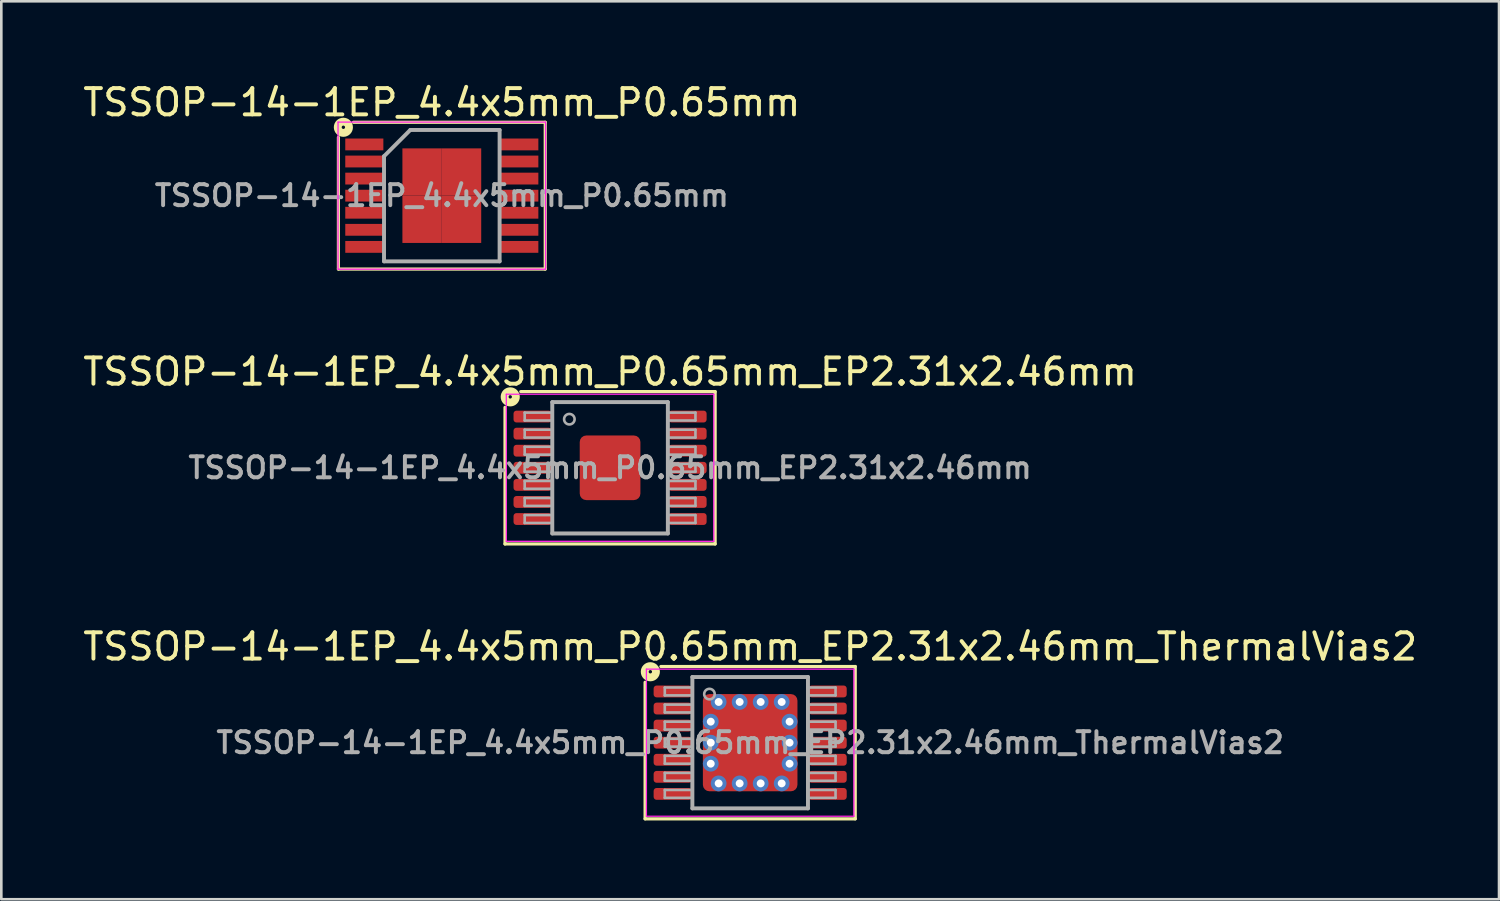
<source format=kicad_pcb>
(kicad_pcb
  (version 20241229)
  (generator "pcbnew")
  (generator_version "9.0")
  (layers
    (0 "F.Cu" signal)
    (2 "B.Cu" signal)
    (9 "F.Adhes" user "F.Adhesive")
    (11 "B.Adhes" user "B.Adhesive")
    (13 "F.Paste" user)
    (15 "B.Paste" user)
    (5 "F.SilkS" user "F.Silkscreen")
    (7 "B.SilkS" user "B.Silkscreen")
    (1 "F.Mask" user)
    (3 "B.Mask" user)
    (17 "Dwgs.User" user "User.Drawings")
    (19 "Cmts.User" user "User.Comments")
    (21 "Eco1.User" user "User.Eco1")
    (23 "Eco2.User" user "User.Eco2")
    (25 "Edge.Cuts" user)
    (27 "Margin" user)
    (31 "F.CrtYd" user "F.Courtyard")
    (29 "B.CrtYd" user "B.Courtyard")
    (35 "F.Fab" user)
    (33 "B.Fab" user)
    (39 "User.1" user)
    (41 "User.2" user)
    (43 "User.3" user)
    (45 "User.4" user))
  (footprint "TSSOP-14-1EP_4.4x5mm_P0.65mm_EP2.31x2.46mm_ThermalVias2"
    (layer "F.Cu")
    (at 25.506 25.221)
    (property "Reference" "TSSOP-14-1EP_4.4x5mm_P0.65mm_EP2.31x2.46mm_ThermalVias2" (at 0 -3.656 0) (layer "F.SilkS") (effects (font (size 1 1) (thickness 0.15))))
    (attr smd)
    (fp_line (start -4 -2.3) (end -4 2.9) (stroke (width 0.12) (type solid)) (layer "F.SilkS"))
    (fp_line (start -4 2.9) (end 4 2.9) (stroke (width 0.12) (type solid)) (layer "F.SilkS"))
    (fp_line (start 4 -2.9) (end -3.4 -2.9) (stroke (width 0.12) (type solid)) (layer "F.SilkS"))
    (fp_line (start 4 2.9) (end 4 -2.9) (stroke (width 0.12) (type solid)) (layer "F.SilkS"))
    (fp_circle (center -3.8 -2.7) (end -3.736 -2.7) (stroke (width 0.3) (type solid)) (fill no) (layer "F.SilkS"))
    (fp_line (start -3.95 -2.8) (end -3.95 2.8) (stroke (width 0.05) (type solid)) (layer "F.CrtYd"))
    (fp_line (start -3.95 -2.8) (end 3.95 -2.8) (stroke (width 0.05) (type solid)) (layer "F.CrtYd"))
    (fp_line (start -3.95 2.8) (end 3.95 2.8) (stroke (width 0.05) (type solid)) (layer "F.CrtYd"))
    (fp_line (start 3.95 -2.8) (end 3.95 2.8) (stroke (width 0.05) (type solid)) (layer "F.CrtYd"))
    (fp_line (start -3.25 -2.1) (end -3.25 -1.8) (stroke (width 0.1) (type solid)) (layer "F.Fab"))
    (fp_line (start -3.25 -2.1) (end -2.2 -2.1) (stroke (width 0.1) (type solid)) (layer "F.Fab"))
    (fp_line (start -3.25 -1.8) (end -2.2 -1.8) (stroke (width 0.1) (type solid)) (layer "F.Fab"))
    (fp_line (start -3.25 -1.45) (end -3.25 -1.15) (stroke (width 0.1) (type solid)) (layer "F.Fab"))
    (fp_line (start -3.25 -1.45) (end -2.2 -1.45) (stroke (width 0.1) (type solid)) (layer "F.Fab"))
    (fp_line (start -3.25 -1.15) (end -2.2 -1.15) (stroke (width 0.1) (type solid)) (layer "F.Fab"))
    (fp_line (start -3.25 -0.8) (end -3.25 -0.5) (stroke (width 0.1) (type solid)) (layer "F.Fab"))
    (fp_line (start -3.25 -0.8) (end -2.2 -0.8) (stroke (width 0.1) (type solid)) (layer "F.Fab"))
    (fp_line (start -3.25 -0.5) (end -2.2 -0.5) (stroke (width 0.1) (type solid)) (layer "F.Fab"))
    (fp_line (start -3.25 -0.15) (end -3.25 0.15) (stroke (width 0.1) (type solid)) (layer "F.Fab"))
    (fp_line (start -3.25 -0.15) (end -2.2 -0.15) (stroke (width 0.1) (type solid)) (layer "F.Fab"))
    (fp_line (start -3.25 0.15) (end -2.2 0.15) (stroke (width 0.1) (type solid)) (layer "F.Fab"))
    (fp_line (start -3.25 0.5) (end -3.25 0.8) (stroke (width 0.1) (type solid)) (layer "F.Fab"))
    (fp_line (start -3.25 0.5) (end -2.2 0.5) (stroke (width 0.1) (type solid)) (layer "F.Fab"))
    (fp_line (start -3.25 0.8) (end -2.2 0.8) (stroke (width 0.1) (type solid)) (layer "F.Fab"))
    (fp_line (start -3.25 1.15) (end -3.25 1.45) (stroke (width 0.1) (type solid)) (layer "F.Fab"))
    (fp_line (start -3.25 1.15) (end -2.2 1.15) (stroke (width 0.1) (type solid)) (layer "F.Fab"))
    (fp_line (start -3.25 1.45) (end -2.2 1.45) (stroke (width 0.1) (type solid)) (layer "F.Fab"))
    (fp_line (start -3.25 1.8) (end -3.25 2.1) (stroke (width 0.1) (type solid)) (layer "F.Fab"))
    (fp_line (start -3.25 1.8) (end -2.2 1.8) (stroke (width 0.1) (type solid)) (layer "F.Fab"))
    (fp_line (start -3.25 2.1) (end -2.2 2.1) (stroke (width 0.1) (type solid)) (layer "F.Fab"))
    (fp_line (start -2.2 -2.5) (end 2.2 -2.5) (stroke (width 0.15) (type solid)) (layer "F.Fab"))
    (fp_line (start -2.2 2.5) (end -2.2 -2.5) (stroke (width 0.15) (type solid)) (layer "F.Fab"))
    (fp_line (start 2.2 -2.5) (end 2.2 2.5) (stroke (width 0.15) (type solid)) (layer "F.Fab"))
    (fp_line (start 2.2 2.5) (end -2.2 2.5) (stroke (width 0.15) (type solid)) (layer "F.Fab"))
    (fp_line (start 3.25 -2.1) (end 2.2 -2.1) (stroke (width 0.1) (type solid)) (layer "F.Fab"))
    (fp_line (start 3.25 -1.8) (end 2.2 -1.8) (stroke (width 0.1) (type solid)) (layer "F.Fab"))
    (fp_line (start 3.25 -1.8) (end 3.25 -2.1) (stroke (width 0.1) (type solid)) (layer "F.Fab"))
    (fp_line (start 3.25 -1.45) (end 2.2 -1.45) (stroke (width 0.1) (type solid)) (layer "F.Fab"))
    (fp_line (start 3.25 -1.15) (end 2.2 -1.15) (stroke (width 0.1) (type solid)) (layer "F.Fab"))
    (fp_line (start 3.25 -1.15) (end 3.25 -1.45) (stroke (width 0.1) (type solid)) (layer "F.Fab"))
    (fp_line (start 3.25 -0.8) (end 2.2 -0.8) (stroke (width 0.1) (type solid)) (layer "F.Fab"))
    (fp_line (start 3.25 -0.5) (end 2.2 -0.5) (stroke (width 0.1) (type solid)) (layer "F.Fab"))
    (fp_line (start 3.25 -0.5) (end 3.25 -0.8) (stroke (width 0.1) (type solid)) (layer "F.Fab"))
    (fp_line (start 3.25 -0.15) (end 2.2 -0.15) (stroke (width 0.1) (type solid)) (layer "F.Fab"))
    (fp_line (start 3.25 0.15) (end 2.2 0.15) (stroke (width 0.1) (type solid)) (layer "F.Fab"))
    (fp_line (start 3.25 0.15) (end 3.25 -0.15) (stroke (width 0.1) (type solid)) (layer "F.Fab"))
    (fp_line (start 3.25 0.5) (end 2.2 0.5) (stroke (width 0.1) (type solid)) (layer "F.Fab"))
    (fp_line (start 3.25 0.8) (end 2.2 0.8) (stroke (width 0.1) (type solid)) (layer "F.Fab"))
    (fp_line (start 3.25 0.8) (end 3.25 0.5) (stroke (width 0.1) (type solid)) (layer "F.Fab"))
    (fp_line (start 3.25 1.15) (end 2.2 1.15) (stroke (width 0.1) (type solid)) (layer "F.Fab"))
    (fp_line (start 3.25 1.45) (end 2.2 1.45) (stroke (width 0.1) (type solid)) (layer "F.Fab"))
    (fp_line (start 3.25 1.45) (end 3.25 1.15) (stroke (width 0.1) (type solid)) (layer "F.Fab"))
    (fp_line (start 3.25 1.8) (end 2.2 1.8) (stroke (width 0.1) (type solid)) (layer "F.Fab"))
    (fp_line (start 3.25 2.1) (end 2.2 2.1) (stroke (width 0.1) (type solid)) (layer "F.Fab"))
    (fp_line (start 3.25 2.1) (end 3.25 1.8) (stroke (width 0.1) (type solid)) (layer "F.Fab"))
    (fp_circle (center -1.55 -1.85) (end -1.35 -1.85) (stroke (width 0.1) (type solid)) (fill no) (layer "F.Fab"))
    (fp_text user "${REFERENCE}" (at 0 0 0) (layer "F.Fab") (effects (font (size 0.8 0.8) (thickness 0.15))))
    (pad "" smd roundrect (at -0.6 -0.6) (size 0.8 0.9) (layers "F.Paste") (roundrect_rratio 0.25))
    (pad "" smd roundrect (at -0.6 0.6) (size 0.8 0.9) (layers "F.Paste") (roundrect_rratio 0.25))
    (pad "" smd roundrect (at 0 0) (size 2.31 2.46) (layers "F.Mask") (roundrect_rratio 0.108))
    (pad "" smd roundrect (at 0.6 -0.6) (size 0.8 0.9) (layers "F.Paste") (roundrect_rratio 0.25))
    (pad "" smd roundrect (at 0.6 0.6) (size 0.8 0.9) (layers "F.Paste") (roundrect_rratio 0.25))
    (pad "1" smd roundrect (at -2.95 -1.95) (size 1.45 0.45) (layers "F.Cu" "F.Mask" "F.Paste") (roundrect_rratio 0.25))
    (pad "2" smd roundrect (at -2.95 -1.3) (size 1.45 0.45) (layers "F.Cu" "F.Mask" "F.Paste") (roundrect_rratio 0.25))
    (pad "3" smd roundrect (at -2.95 -0.65) (size 1.45 0.45) (layers "F.Cu" "F.Mask" "F.Paste") (roundrect_rratio 0.25))
    (pad "4" smd roundrect (at -2.95 0) (size 1.45 0.45) (layers "F.Cu" "F.Mask" "F.Paste") (roundrect_rratio 0.25))
    (pad "5" smd roundrect (at -2.95 0.65) (size 1.45 0.45) (layers "F.Cu" "F.Mask" "F.Paste") (roundrect_rratio 0.25))
    (pad "6" smd roundrect (at -2.95 1.3) (size 1.45 0.45) (layers "F.Cu" "F.Mask" "F.Paste") (roundrect_rratio 0.25))
    (pad "7" smd roundrect (at -2.95 1.95) (size 1.45 0.45) (layers "F.Cu" "F.Mask" "F.Paste") (roundrect_rratio 0.25))
    (pad "8" smd roundrect (at 2.95 1.95) (size 1.45 0.45) (layers "F.Cu" "F.Mask" "F.Paste") (roundrect_rratio 0.25))
    (pad "9" smd roundrect (at 2.95 1.3) (size 1.45 0.45) (layers "F.Cu" "F.Mask" "F.Paste") (roundrect_rratio 0.25))
    (pad "10" smd roundrect (at 2.95 0.65) (size 1.45 0.45) (layers "F.Cu" "F.Mask" "F.Paste") (roundrect_rratio 0.25))
    (pad "11" smd roundrect (at 2.95 0) (size 1.45 0.45) (layers "F.Cu" "F.Mask" "F.Paste") (roundrect_rratio 0.25))
    (pad "12" smd roundrect (at 2.95 -0.65) (size 1.45 0.45) (layers "F.Cu" "F.Mask" "F.Paste") (roundrect_rratio 0.25))
    (pad "13" smd roundrect (at 2.95 -1.3) (size 1.45 0.45) (layers "F.Cu" "F.Mask" "F.Paste") (roundrect_rratio 0.25))
    (pad "14" smd roundrect (at 2.95 -1.95) (size 1.45 0.45) (layers "F.Cu" "F.Mask" "F.Paste") (roundrect_rratio 0.25))
    (pad "15" thru_hole circle (at -1.5 -0.8) (size 0.6 0.6) (drill 0.3) (property pad_prop_heatsink) (layers "*.Cu" "*.Mask"))
    (pad "15" thru_hole circle (at -1.5 0) (size 0.6 0.6) (drill 0.3) (property pad_prop_heatsink) (layers "*.Cu" "*.Mask"))
    (pad "15" thru_hole circle (at -1.5 0.8) (size 0.6 0.6) (drill 0.3) (property pad_prop_heatsink) (layers "*.Cu" "*.Mask"))
    (pad "15" thru_hole circle (at -1.2 -1.55) (size 0.6 0.6) (drill 0.3) (property pad_prop_heatsink) (layers "*.Cu" "*.Mask"))
    (pad "15" thru_hole circle (at -1.2 1.55) (size 0.6 0.6) (drill 0.3) (property pad_prop_heatsink) (layers "*.Cu" "*.Mask"))
    (pad "15" thru_hole circle (at -0.4 -1.55) (size 0.6 0.6) (drill 0.3) (property pad_prop_heatsink) (layers "*.Cu" "*.Mask"))
    (pad "15" thru_hole circle (at -0.4 1.55) (size 0.6 0.6) (drill 0.3) (property pad_prop_heatsink) (layers "*.Cu" "*.Mask"))
    (pad "15" smd roundrect (at 0 0) (size 3.6 3.7) (layers "F.Cu") (roundrect_rratio 0.069))
    (pad "15" thru_hole circle (at 0.4 -1.55) (size 0.6 0.6) (drill 0.3) (property pad_prop_heatsink) (layers "*.Cu" "*.Mask"))
    (pad "15" thru_hole circle (at 0.4 1.55) (size 0.6 0.6) (drill 0.3) (property pad_prop_heatsink) (layers "*.Cu" "*.Mask"))
    (pad "15" thru_hole circle (at 1.2 -1.55) (size 0.6 0.6) (drill 0.3) (property pad_prop_heatsink) (layers "*.Cu" "*.Mask"))
    (pad "15" thru_hole circle (at 1.2 1.55) (size 0.6 0.6) (drill 0.3) (property pad_prop_heatsink) (layers "*.Cu" "*.Mask"))
    (pad "15" thru_hole circle (at 1.5 -0.8) (size 0.6 0.6) (drill 0.3) (property pad_prop_heatsink) (layers "*.Cu" "*.Mask"))
    (pad "15" thru_hole circle (at 1.5 0) (size 0.6 0.6) (drill 0.3) (property pad_prop_heatsink) (layers "*.Cu" "*.Mask"))
    (pad "15" thru_hole circle (at 1.5 0.8) (size 0.6 0.6) (drill 0.3) (property pad_prop_heatsink) (layers "*.Cu" "*.Mask")))
  (footprint "TSSOP-14-1EP_4.4x5mm_P0.65mm_EP2.31x2.46mm"
    (layer "F.Cu")
    (at 20.173 14.757)
    (property "Reference" "TSSOP-14-1EP_4.4x5mm_P0.65mm_EP2.31x2.46mm" (at 0 -3.656 0) (layer "F.SilkS") (effects (font (size 1 1) (thickness 0.15))))
    (attr smd)
    (fp_line (start -4 -2.3) (end -4 2.9) (stroke (width 0.12) (type solid)) (layer "F.SilkS"))
    (fp_line (start -4 2.9) (end 4 2.9) (stroke (width 0.12) (type solid)) (layer "F.SilkS"))
    (fp_line (start 4 -2.9) (end -3.4 -2.9) (stroke (width 0.12) (type solid)) (layer "F.SilkS"))
    (fp_line (start 4 2.9) (end 4 -2.9) (stroke (width 0.12) (type solid)) (layer "F.SilkS"))
    (fp_circle (center -3.8 -2.7) (end -3.736 -2.7) (stroke (width 0.3) (type solid)) (fill no) (layer "F.SilkS"))
    (fp_line (start -3.95 -2.8) (end -3.95 2.8) (stroke (width 0.05) (type solid)) (layer "F.CrtYd"))
    (fp_line (start -3.95 -2.8) (end 3.95 -2.8) (stroke (width 0.05) (type solid)) (layer "F.CrtYd"))
    (fp_line (start -3.95 2.8) (end 3.95 2.8) (stroke (width 0.05) (type solid)) (layer "F.CrtYd"))
    (fp_line (start 3.95 -2.8) (end 3.95 2.8) (stroke (width 0.05) (type solid)) (layer "F.CrtYd"))
    (fp_line (start -3.25 -2.1) (end -3.25 -1.8) (stroke (width 0.1) (type solid)) (layer "F.Fab"))
    (fp_line (start -3.25 -2.1) (end -2.2 -2.1) (stroke (width 0.1) (type solid)) (layer "F.Fab"))
    (fp_line (start -3.25 -1.8) (end -2.2 -1.8) (stroke (width 0.1) (type solid)) (layer "F.Fab"))
    (fp_line (start -3.25 -1.45) (end -3.25 -1.15) (stroke (width 0.1) (type solid)) (layer "F.Fab"))
    (fp_line (start -3.25 -1.45) (end -2.2 -1.45) (stroke (width 0.1) (type solid)) (layer "F.Fab"))
    (fp_line (start -3.25 -1.15) (end -2.2 -1.15) (stroke (width 0.1) (type solid)) (layer "F.Fab"))
    (fp_line (start -3.25 -0.8) (end -3.25 -0.5) (stroke (width 0.1) (type solid)) (layer "F.Fab"))
    (fp_line (start -3.25 -0.8) (end -2.2 -0.8) (stroke (width 0.1) (type solid)) (layer "F.Fab"))
    (fp_line (start -3.25 -0.5) (end -2.2 -0.5) (stroke (width 0.1) (type solid)) (layer "F.Fab"))
    (fp_line (start -3.25 -0.15) (end -3.25 0.15) (stroke (width 0.1) (type solid)) (layer "F.Fab"))
    (fp_line (start -3.25 -0.15) (end -2.2 -0.15) (stroke (width 0.1) (type solid)) (layer "F.Fab"))
    (fp_line (start -3.25 0.15) (end -2.2 0.15) (stroke (width 0.1) (type solid)) (layer "F.Fab"))
    (fp_line (start -3.25 0.5) (end -3.25 0.8) (stroke (width 0.1) (type solid)) (layer "F.Fab"))
    (fp_line (start -3.25 0.5) (end -2.2 0.5) (stroke (width 0.1) (type solid)) (layer "F.Fab"))
    (fp_line (start -3.25 0.8) (end -2.2 0.8) (stroke (width 0.1) (type solid)) (layer "F.Fab"))
    (fp_line (start -3.25 1.15) (end -3.25 1.45) (stroke (width 0.1) (type solid)) (layer "F.Fab"))
    (fp_line (start -3.25 1.15) (end -2.2 1.15) (stroke (width 0.1) (type solid)) (layer "F.Fab"))
    (fp_line (start -3.25 1.45) (end -2.2 1.45) (stroke (width 0.1) (type solid)) (layer "F.Fab"))
    (fp_line (start -3.25 1.8) (end -3.25 2.1) (stroke (width 0.1) (type solid)) (layer "F.Fab"))
    (fp_line (start -3.25 1.8) (end -2.2 1.8) (stroke (width 0.1) (type solid)) (layer "F.Fab"))
    (fp_line (start -3.25 2.1) (end -2.2 2.1) (stroke (width 0.1) (type solid)) (layer "F.Fab"))
    (fp_line (start -2.2 -2.5) (end 2.2 -2.5) (stroke (width 0.15) (type solid)) (layer "F.Fab"))
    (fp_line (start -2.2 2.5) (end -2.2 -2.5) (stroke (width 0.15) (type solid)) (layer "F.Fab"))
    (fp_line (start 2.2 -2.5) (end 2.2 2.5) (stroke (width 0.15) (type solid)) (layer "F.Fab"))
    (fp_line (start 2.2 2.5) (end -2.2 2.5) (stroke (width 0.15) (type solid)) (layer "F.Fab"))
    (fp_line (start 3.25 -2.1) (end 2.2 -2.1) (stroke (width 0.1) (type solid)) (layer "F.Fab"))
    (fp_line (start 3.25 -1.8) (end 2.2 -1.8) (stroke (width 0.1) (type solid)) (layer "F.Fab"))
    (fp_line (start 3.25 -1.8) (end 3.25 -2.1) (stroke (width 0.1) (type solid)) (layer "F.Fab"))
    (fp_line (start 3.25 -1.45) (end 2.2 -1.45) (stroke (width 0.1) (type solid)) (layer "F.Fab"))
    (fp_line (start 3.25 -1.15) (end 2.2 -1.15) (stroke (width 0.1) (type solid)) (layer "F.Fab"))
    (fp_line (start 3.25 -1.15) (end 3.25 -1.45) (stroke (width 0.1) (type solid)) (layer "F.Fab"))
    (fp_line (start 3.25 -0.8) (end 2.2 -0.8) (stroke (width 0.1) (type solid)) (layer "F.Fab"))
    (fp_line (start 3.25 -0.5) (end 2.2 -0.5) (stroke (width 0.1) (type solid)) (layer "F.Fab"))
    (fp_line (start 3.25 -0.5) (end 3.25 -0.8) (stroke (width 0.1) (type solid)) (layer "F.Fab"))
    (fp_line (start 3.25 -0.15) (end 2.2 -0.15) (stroke (width 0.1) (type solid)) (layer "F.Fab"))
    (fp_line (start 3.25 0.15) (end 2.2 0.15) (stroke (width 0.1) (type solid)) (layer "F.Fab"))
    (fp_line (start 3.25 0.15) (end 3.25 -0.15) (stroke (width 0.1) (type solid)) (layer "F.Fab"))
    (fp_line (start 3.25 0.5) (end 2.2 0.5) (stroke (width 0.1) (type solid)) (layer "F.Fab"))
    (fp_line (start 3.25 0.8) (end 2.2 0.8) (stroke (width 0.1) (type solid)) (layer "F.Fab"))
    (fp_line (start 3.25 0.8) (end 3.25 0.5) (stroke (width 0.1) (type solid)) (layer "F.Fab"))
    (fp_line (start 3.25 1.15) (end 2.2 1.15) (stroke (width 0.1) (type solid)) (layer "F.Fab"))
    (fp_line (start 3.25 1.45) (end 2.2 1.45) (stroke (width 0.1) (type solid)) (layer "F.Fab"))
    (fp_line (start 3.25 1.45) (end 3.25 1.15) (stroke (width 0.1) (type solid)) (layer "F.Fab"))
    (fp_line (start 3.25 1.8) (end 2.2 1.8) (stroke (width 0.1) (type solid)) (layer "F.Fab"))
    (fp_line (start 3.25 2.1) (end 2.2 2.1) (stroke (width 0.1) (type solid)) (layer "F.Fab"))
    (fp_line (start 3.25 2.1) (end 3.25 1.8) (stroke (width 0.1) (type solid)) (layer "F.Fab"))
    (fp_circle (center -1.55 -1.85) (end -1.35 -1.85) (stroke (width 0.1) (type solid)) (fill no) (layer "F.Fab"))
    (fp_text user "${REFERENCE}" (at 0 0 0) (layer "F.Fab") (effects (font (size 0.8 0.8) (thickness 0.15))))
    (pad "" smd roundrect (at -0.6 -0.6) (size 0.8 0.9) (layers "F.Paste") (roundrect_rratio 0.25))
    (pad "" smd roundrect (at -0.6 0.6) (size 0.8 0.9) (layers "F.Paste") (roundrect_rratio 0.25))
    (pad "" smd roundrect (at 0.6 -0.6) (size 0.8 0.9) (layers "F.Paste") (roundrect_rratio 0.25))
    (pad "" smd roundrect (at 0.6 0.6) (size 0.8 0.9) (layers "F.Paste") (roundrect_rratio 0.25))
    (pad "1" smd roundrect (at -2.95 -1.95) (size 1.45 0.45) (layers "F.Cu" "F.Mask" "F.Paste") (roundrect_rratio 0.25))
    (pad "2" smd roundrect (at -2.95 -1.3) (size 1.45 0.45) (layers "F.Cu" "F.Mask" "F.Paste") (roundrect_rratio 0.25))
    (pad "3" smd roundrect (at -2.95 -0.65) (size 1.45 0.45) (layers "F.Cu" "F.Mask" "F.Paste") (roundrect_rratio 0.25))
    (pad "4" smd roundrect (at -2.95 0) (size 1.45 0.45) (layers "F.Cu" "F.Mask" "F.Paste") (roundrect_rratio 0.25))
    (pad "5" smd roundrect (at -2.95 0.65) (size 1.45 0.45) (layers "F.Cu" "F.Mask" "F.Paste") (roundrect_rratio 0.25))
    (pad "6" smd roundrect (at -2.95 1.3) (size 1.45 0.45) (layers "F.Cu" "F.Mask" "F.Paste") (roundrect_rratio 0.25))
    (pad "7" smd roundrect (at -2.95 1.95) (size 1.45 0.45) (layers "F.Cu" "F.Mask" "F.Paste") (roundrect_rratio 0.25))
    (pad "8" smd roundrect (at 2.95 1.95) (size 1.45 0.45) (layers "F.Cu" "F.Mask" "F.Paste") (roundrect_rratio 0.25))
    (pad "9" smd roundrect (at 2.95 1.3) (size 1.45 0.45) (layers "F.Cu" "F.Mask" "F.Paste") (roundrect_rratio 0.25))
    (pad "10" smd roundrect (at 2.95 0.65) (size 1.45 0.45) (layers "F.Cu" "F.Mask" "F.Paste") (roundrect_rratio 0.25))
    (pad "11" smd roundrect (at 2.95 0) (size 1.45 0.45) (layers "F.Cu" "F.Mask" "F.Paste") (roundrect_rratio 0.25))
    (pad "12" smd roundrect (at 2.95 -0.65) (size 1.45 0.45) (layers "F.Cu" "F.Mask" "F.Paste") (roundrect_rratio 0.25))
    (pad "13" smd roundrect (at 2.95 -1.3) (size 1.45 0.45) (layers "F.Cu" "F.Mask" "F.Paste") (roundrect_rratio 0.25))
    (pad "14" smd roundrect (at 2.95 -1.95) (size 1.45 0.45) (layers "F.Cu" "F.Mask" "F.Paste") (roundrect_rratio 0.25))
    (pad "15" smd roundrect (at 0 0) (size 2.31 2.46) (layers "F.Cu" "F.Mask") (roundrect_rratio 0.108)))
  (footprint "TSSOP-14-1EP_4.4x5mm_P0.65mm"
    (layer "F.Cu")
    (at 13.768 4.398)
    (property "Reference" "TSSOP-14-1EP_4.4x5mm_P0.65mm" (at 0 -3.55 0) (layer "F.SilkS") (effects (font (size 1 1) (thickness 0.15))))
    (attr smd)
    (fp_line (start -3.937 -2.223) (end -3.937 2.794) (stroke (width 0.12) (type solid)) (layer "F.SilkS"))
    (fp_line (start -3.937 2.794) (end 3.937 2.794) (stroke (width 0.12) (type solid)) (layer "F.SilkS"))
    (fp_line (start 3.937 -2.794) (end -3.365 -2.794) (stroke (width 0.12) (type solid)) (layer "F.SilkS"))
    (fp_line (start 3.937 2.794) (end 3.937 -2.794) (stroke (width 0.12) (type solid)) (layer "F.SilkS"))
    (fp_circle (center -3.747 -2.603) (end -3.683 -2.603) (stroke (width 0.3) (type solid)) (fill no) (layer "F.SilkS"))
    (fp_line (start -3.95 -2.8) (end -3.95 2.8) (stroke (width 0.05) (type solid)) (layer "F.CrtYd"))
    (fp_line (start -3.95 -2.8) (end 3.95 -2.8) (stroke (width 0.05) (type solid)) (layer "F.CrtYd"))
    (fp_line (start -3.95 2.8) (end 3.95 2.8) (stroke (width 0.05) (type solid)) (layer "F.CrtYd"))
    (fp_line (start 3.95 -2.8) (end 3.95 2.8) (stroke (width 0.05) (type solid)) (layer "F.CrtYd"))
    (fp_line (start -2.2 -1.5) (end -1.2 -2.5) (stroke (width 0.15) (type solid)) (layer "F.Fab"))
    (fp_line (start -2.2 2.5) (end -2.2 -1.5) (stroke (width 0.15) (type solid)) (layer "F.Fab"))
    (fp_line (start -1.2 -2.5) (end 2.2 -2.5) (stroke (width 0.15) (type solid)) (layer "F.Fab"))
    (fp_line (start 2.2 -2.5) (end 2.2 2.5) (stroke (width 0.15) (type solid)) (layer "F.Fab"))
    (fp_line (start 2.2 2.5) (end -2.2 2.5) (stroke (width 0.15) (type solid)) (layer "F.Fab"))
    (fp_text user "${REFERENCE}" (at 0 0 0) (layer "F.Fab") (effects (font (size 0.8 0.8) (thickness 0.15))))
    (pad "1" smd rect (at -2.95 -1.95) (size 1.45 0.45) (layers "F.Cu" "F.Mask" "F.Paste"))
    (pad "2" smd rect (at -2.95 -1.3) (size 1.45 0.45) (layers "F.Cu" "F.Mask" "F.Paste"))
    (pad "3" smd rect (at -2.95 -0.65) (size 1.45 0.45) (layers "F.Cu" "F.Mask" "F.Paste"))
    (pad "4" smd rect (at -2.95 0) (size 1.45 0.45) (layers "F.Cu" "F.Mask" "F.Paste"))
    (pad "5" smd rect (at -2.95 0.65) (size 1.45 0.45) (layers "F.Cu" "F.Mask" "F.Paste"))
    (pad "6" smd rect (at -2.95 1.3) (size 1.45 0.45) (layers "F.Cu" "F.Mask" "F.Paste"))
    (pad "7" smd rect (at -2.95 1.95) (size 1.45 0.45) (layers "F.Cu" "F.Mask" "F.Paste"))
    (pad "8" smd rect (at 2.95 1.95) (size 1.45 0.45) (layers "F.Cu" "F.Mask" "F.Paste"))
    (pad "9" smd rect (at 2.95 1.3) (size 1.45 0.45) (layers "F.Cu" "F.Mask" "F.Paste"))
    (pad "10" smd rect (at 2.95 0.65) (size 1.45 0.45) (layers "F.Cu" "F.Mask" "F.Paste"))
    (pad "11" smd rect (at 2.95 0) (size 1.45 0.45) (layers "F.Cu" "F.Mask" "F.Paste"))
    (pad "12" smd rect (at 2.95 -0.65) (size 1.45 0.45) (layers "F.Cu" "F.Mask" "F.Paste"))
    (pad "13" smd rect (at 2.95 -1.3) (size 1.45 0.45) (layers "F.Cu" "F.Mask" "F.Paste"))
    (pad "14" smd rect (at 2.95 -1.95) (size 1.45 0.45) (layers "F.Cu" "F.Mask" "F.Paste"))
    (pad "15" smd rect (at -0.75 -0.9) (size 1.5 1.8) (layers "F.Cu" "F.Mask" "F.Paste"))
    (pad "15" smd rect (at -0.75 0.9) (size 1.5 1.8) (layers "F.Cu" "F.Mask" "F.Paste"))
    (pad "15" smd rect (at 0.75 -0.9) (size 1.5 1.8) (layers "F.Cu" "F.Mask" "F.Paste"))
    (pad "15" smd rect (at 0.75 0.9) (size 1.5 1.8) (layers "F.Cu" "F.Mask" "F.Paste")))
  (gr_rect
    (start -3 -3)
    (end 54.012 31.181)
    (stroke (width 0.1) (type default))
    (fill no)
    (layer "Edge.Cuts")))
</source>
